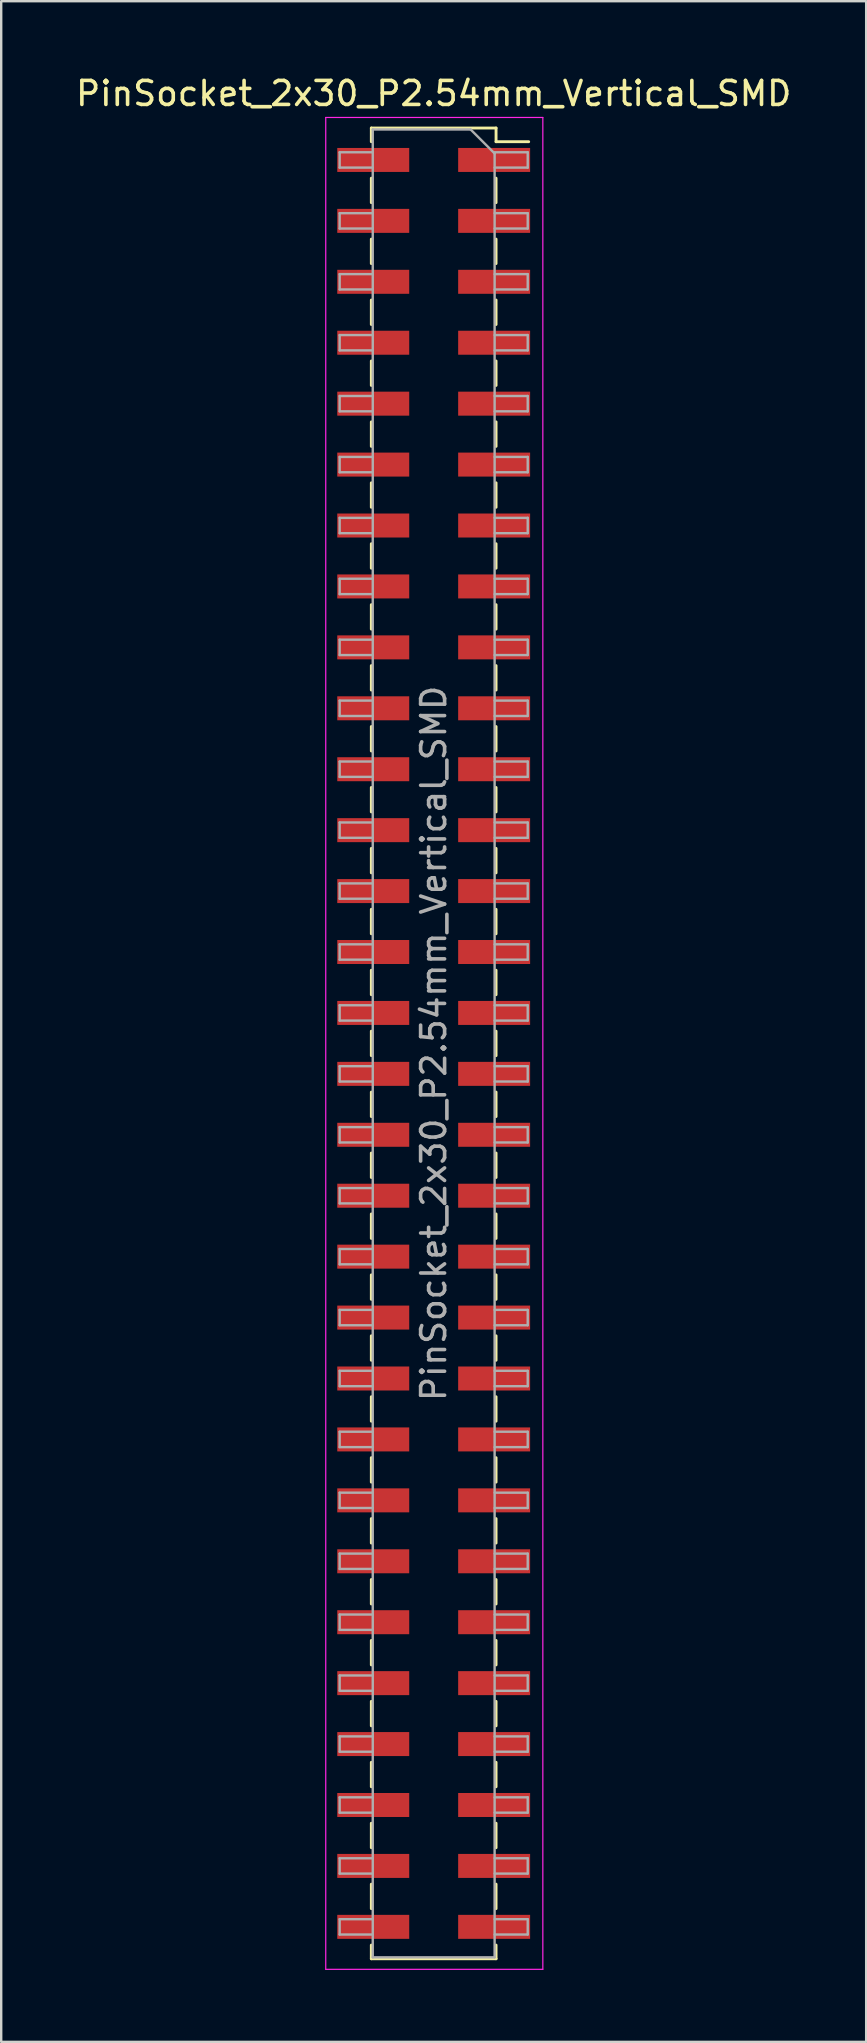
<source format=kicad_pcb>
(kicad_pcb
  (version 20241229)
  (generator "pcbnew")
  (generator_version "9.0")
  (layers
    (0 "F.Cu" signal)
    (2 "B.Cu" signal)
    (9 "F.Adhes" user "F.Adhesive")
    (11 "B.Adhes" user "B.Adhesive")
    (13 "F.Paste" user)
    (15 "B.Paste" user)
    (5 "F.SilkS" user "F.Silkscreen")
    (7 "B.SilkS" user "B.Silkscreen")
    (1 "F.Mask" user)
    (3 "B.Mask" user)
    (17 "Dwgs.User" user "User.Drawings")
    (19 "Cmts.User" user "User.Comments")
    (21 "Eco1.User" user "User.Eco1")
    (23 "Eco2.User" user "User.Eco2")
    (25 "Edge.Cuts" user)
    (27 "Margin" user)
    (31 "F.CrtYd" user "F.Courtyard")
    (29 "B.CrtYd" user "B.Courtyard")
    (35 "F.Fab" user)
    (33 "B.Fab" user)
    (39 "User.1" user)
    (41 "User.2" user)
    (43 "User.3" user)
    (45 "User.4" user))
  (footprint "PinSocket_2x30_P2.54mm_Vertical_SMD"
    (layer "F.Cu")
    (at 15.03 40.448)
    (property "Reference" "PinSocket_2x30_P2.54mm_Vertical_SMD" (at 0 -39.6 0) (layer "F.SilkS") (effects (font (size 1 1) (thickness 0.15))))
    (attr smd)
    (fp_line (start -2.6 -38.16) (end -2.6 -37.59) (stroke (width 0.12) (type solid)) (layer "F.SilkS"))
    (fp_line (start -2.6 -38.16) (end 2.6 -38.16) (stroke (width 0.12) (type solid)) (layer "F.SilkS"))
    (fp_line (start -2.6 -36.07) (end -2.6 -35.05) (stroke (width 0.12) (type solid)) (layer "F.SilkS"))
    (fp_line (start -2.6 -33.53) (end -2.6 -32.51) (stroke (width 0.12) (type solid)) (layer "F.SilkS"))
    (fp_line (start -2.6 -30.99) (end -2.6 -29.97) (stroke (width 0.12) (type solid)) (layer "F.SilkS"))
    (fp_line (start -2.6 -28.45) (end -2.6 -27.43) (stroke (width 0.12) (type solid)) (layer "F.SilkS"))
    (fp_line (start -2.6 -25.91) (end -2.6 -24.89) (stroke (width 0.12) (type solid)) (layer "F.SilkS"))
    (fp_line (start -2.6 -23.37) (end -2.6 -22.35) (stroke (width 0.12) (type solid)) (layer "F.SilkS"))
    (fp_line (start -2.6 -20.83) (end -2.6 -19.81) (stroke (width 0.12) (type solid)) (layer "F.SilkS"))
    (fp_line (start -2.6 -18.29) (end -2.6 -17.27) (stroke (width 0.12) (type solid)) (layer "F.SilkS"))
    (fp_line (start -2.6 -15.75) (end -2.6 -14.73) (stroke (width 0.12) (type solid)) (layer "F.SilkS"))
    (fp_line (start -2.6 -13.21) (end -2.6 -12.19) (stroke (width 0.12) (type solid)) (layer "F.SilkS"))
    (fp_line (start -2.6 -10.67) (end -2.6 -9.65) (stroke (width 0.12) (type solid)) (layer "F.SilkS"))
    (fp_line (start -2.6 -8.13) (end -2.6 -7.11) (stroke (width 0.12) (type solid)) (layer "F.SilkS"))
    (fp_line (start -2.6 -5.59) (end -2.6 -4.57) (stroke (width 0.12) (type solid)) (layer "F.SilkS"))
    (fp_line (start -2.6 -3.05) (end -2.6 -2.03) (stroke (width 0.12) (type solid)) (layer "F.SilkS"))
    (fp_line (start -2.6 -0.51) (end -2.6 0.51) (stroke (width 0.12) (type solid)) (layer "F.SilkS"))
    (fp_line (start -2.6 2.03) (end -2.6 3.05) (stroke (width 0.12) (type solid)) (layer "F.SilkS"))
    (fp_line (start -2.6 4.57) (end -2.6 5.59) (stroke (width 0.12) (type solid)) (layer "F.SilkS"))
    (fp_line (start -2.6 7.11) (end -2.6 8.13) (stroke (width 0.12) (type solid)) (layer "F.SilkS"))
    (fp_line (start -2.6 9.65) (end -2.6 10.67) (stroke (width 0.12) (type solid)) (layer "F.SilkS"))
    (fp_line (start -2.6 12.19) (end -2.6 13.21) (stroke (width 0.12) (type solid)) (layer "F.SilkS"))
    (fp_line (start -2.6 14.73) (end -2.6 15.75) (stroke (width 0.12) (type solid)) (layer "F.SilkS"))
    (fp_line (start -2.6 17.27) (end -2.6 18.29) (stroke (width 0.12) (type solid)) (layer "F.SilkS"))
    (fp_line (start -2.6 19.81) (end -2.6 20.83) (stroke (width 0.12) (type solid)) (layer "F.SilkS"))
    (fp_line (start -2.6 22.35) (end -2.6 23.37) (stroke (width 0.12) (type solid)) (layer "F.SilkS"))
    (fp_line (start -2.6 24.89) (end -2.6 25.91) (stroke (width 0.12) (type solid)) (layer "F.SilkS"))
    (fp_line (start -2.6 27.43) (end -2.6 28.45) (stroke (width 0.12) (type solid)) (layer "F.SilkS"))
    (fp_line (start -2.6 29.97) (end -2.6 30.99) (stroke (width 0.12) (type solid)) (layer "F.SilkS"))
    (fp_line (start -2.6 32.51) (end -2.6 33.53) (stroke (width 0.12) (type solid)) (layer "F.SilkS"))
    (fp_line (start -2.6 35.05) (end -2.6 36.07) (stroke (width 0.12) (type solid)) (layer "F.SilkS"))
    (fp_line (start -2.6 37.59) (end -2.6 38.16) (stroke (width 0.12) (type solid)) (layer "F.SilkS"))
    (fp_line (start -2.6 38.16) (end 2.6 38.16) (stroke (width 0.12) (type solid)) (layer "F.SilkS"))
    (fp_line (start 2.6 -38.16) (end 2.6 -37.59) (stroke (width 0.12) (type solid)) (layer "F.SilkS"))
    (fp_line (start 2.6 -37.59) (end 3.96 -37.59) (stroke (width 0.12) (type solid)) (layer "F.SilkS"))
    (fp_line (start 2.6 -36.07) (end 2.6 -35.05) (stroke (width 0.12) (type solid)) (layer "F.SilkS"))
    (fp_line (start 2.6 -33.53) (end 2.6 -32.51) (stroke (width 0.12) (type solid)) (layer "F.SilkS"))
    (fp_line (start 2.6 -30.99) (end 2.6 -29.97) (stroke (width 0.12) (type solid)) (layer "F.SilkS"))
    (fp_line (start 2.6 -28.45) (end 2.6 -27.43) (stroke (width 0.12) (type solid)) (layer "F.SilkS"))
    (fp_line (start 2.6 -25.91) (end 2.6 -24.89) (stroke (width 0.12) (type solid)) (layer "F.SilkS"))
    (fp_line (start 2.6 -23.37) (end 2.6 -22.35) (stroke (width 0.12) (type solid)) (layer "F.SilkS"))
    (fp_line (start 2.6 -20.83) (end 2.6 -19.81) (stroke (width 0.12) (type solid)) (layer "F.SilkS"))
    (fp_line (start 2.6 -18.29) (end 2.6 -17.27) (stroke (width 0.12) (type solid)) (layer "F.SilkS"))
    (fp_line (start 2.6 -15.75) (end 2.6 -14.73) (stroke (width 0.12) (type solid)) (layer "F.SilkS"))
    (fp_line (start 2.6 -13.21) (end 2.6 -12.19) (stroke (width 0.12) (type solid)) (layer "F.SilkS"))
    (fp_line (start 2.6 -10.67) (end 2.6 -9.65) (stroke (width 0.12) (type solid)) (layer "F.SilkS"))
    (fp_line (start 2.6 -8.13) (end 2.6 -7.11) (stroke (width 0.12) (type solid)) (layer "F.SilkS"))
    (fp_line (start 2.6 -5.59) (end 2.6 -4.57) (stroke (width 0.12) (type solid)) (layer "F.SilkS"))
    (fp_line (start 2.6 -3.05) (end 2.6 -2.03) (stroke (width 0.12) (type solid)) (layer "F.SilkS"))
    (fp_line (start 2.6 -0.51) (end 2.6 0.51) (stroke (width 0.12) (type solid)) (layer "F.SilkS"))
    (fp_line (start 2.6 2.03) (end 2.6 3.05) (stroke (width 0.12) (type solid)) (layer "F.SilkS"))
    (fp_line (start 2.6 4.57) (end 2.6 5.59) (stroke (width 0.12) (type solid)) (layer "F.SilkS"))
    (fp_line (start 2.6 7.11) (end 2.6 8.13) (stroke (width 0.12) (type solid)) (layer "F.SilkS"))
    (fp_line (start 2.6 9.65) (end 2.6 10.67) (stroke (width 0.12) (type solid)) (layer "F.SilkS"))
    (fp_line (start 2.6 12.19) (end 2.6 13.21) (stroke (width 0.12) (type solid)) (layer "F.SilkS"))
    (fp_line (start 2.6 14.73) (end 2.6 15.75) (stroke (width 0.12) (type solid)) (layer "F.SilkS"))
    (fp_line (start 2.6 17.27) (end 2.6 18.29) (stroke (width 0.12) (type solid)) (layer "F.SilkS"))
    (fp_line (start 2.6 19.81) (end 2.6 20.83) (stroke (width 0.12) (type solid)) (layer "F.SilkS"))
    (fp_line (start 2.6 22.35) (end 2.6 23.37) (stroke (width 0.12) (type solid)) (layer "F.SilkS"))
    (fp_line (start 2.6 24.89) (end 2.6 25.91) (stroke (width 0.12) (type solid)) (layer "F.SilkS"))
    (fp_line (start 2.6 27.43) (end 2.6 28.45) (stroke (width 0.12) (type solid)) (layer "F.SilkS"))
    (fp_line (start 2.6 29.97) (end 2.6 30.99) (stroke (width 0.12) (type solid)) (layer "F.SilkS"))
    (fp_line (start 2.6 32.51) (end 2.6 33.53) (stroke (width 0.12) (type solid)) (layer "F.SilkS"))
    (fp_line (start 2.6 35.05) (end 2.6 36.07) (stroke (width 0.12) (type solid)) (layer "F.SilkS"))
    (fp_line (start 2.6 37.59) (end 2.6 38.16) (stroke (width 0.12) (type solid)) (layer "F.SilkS"))
    (fp_line (start -4.5 -38.6) (end 4.55 -38.6) (stroke (width 0.05) (type solid)) (layer "F.CrtYd"))
    (fp_line (start -4.5 38.6) (end -4.5 -38.6) (stroke (width 0.05) (type solid)) (layer "F.CrtYd"))
    (fp_line (start 4.55 -38.6) (end 4.55 38.6) (stroke (width 0.05) (type solid)) (layer "F.CrtYd"))
    (fp_line (start 4.55 38.6) (end -4.5 38.6) (stroke (width 0.05) (type solid)) (layer "F.CrtYd"))
    (fp_line (start -3.92 -37.15) (end -2.54 -37.15) (stroke (width 0.1) (type solid)) (layer "F.Fab"))
    (fp_line (start -3.92 -36.51) (end -3.92 -37.15) (stroke (width 0.1) (type solid)) (layer "F.Fab"))
    (fp_line (start -3.92 -34.61) (end -2.54 -34.61) (stroke (width 0.1) (type solid)) (layer "F.Fab"))
    (fp_line (start -3.92 -33.97) (end -3.92 -34.61) (stroke (width 0.1) (type solid)) (layer "F.Fab"))
    (fp_line (start -3.92 -32.07) (end -2.54 -32.07) (stroke (width 0.1) (type solid)) (layer "F.Fab"))
    (fp_line (start -3.92 -31.43) (end -3.92 -32.07) (stroke (width 0.1) (type solid)) (layer "F.Fab"))
    (fp_line (start -3.92 -29.53) (end -2.54 -29.53) (stroke (width 0.1) (type solid)) (layer "F.Fab"))
    (fp_line (start -3.92 -28.89) (end -3.92 -29.53) (stroke (width 0.1) (type solid)) (layer "F.Fab"))
    (fp_line (start -3.92 -26.99) (end -2.54 -26.99) (stroke (width 0.1) (type solid)) (layer "F.Fab"))
    (fp_line (start -3.92 -26.35) (end -3.92 -26.99) (stroke (width 0.1) (type solid)) (layer "F.Fab"))
    (fp_line (start -3.92 -24.45) (end -2.54 -24.45) (stroke (width 0.1) (type solid)) (layer "F.Fab"))
    (fp_line (start -3.92 -23.81) (end -3.92 -24.45) (stroke (width 0.1) (type solid)) (layer "F.Fab"))
    (fp_line (start -3.92 -21.91) (end -2.54 -21.91) (stroke (width 0.1) (type solid)) (layer "F.Fab"))
    (fp_line (start -3.92 -21.27) (end -3.92 -21.91) (stroke (width 0.1) (type solid)) (layer "F.Fab"))
    (fp_line (start -3.92 -19.37) (end -2.54 -19.37) (stroke (width 0.1) (type solid)) (layer "F.Fab"))
    (fp_line (start -3.92 -18.73) (end -3.92 -19.37) (stroke (width 0.1) (type solid)) (layer "F.Fab"))
    (fp_line (start -3.92 -16.83) (end -2.54 -16.83) (stroke (width 0.1) (type solid)) (layer "F.Fab"))
    (fp_line (start -3.92 -16.19) (end -3.92 -16.83) (stroke (width 0.1) (type solid)) (layer "F.Fab"))
    (fp_line (start -3.92 -14.29) (end -2.54 -14.29) (stroke (width 0.1) (type solid)) (layer "F.Fab"))
    (fp_line (start -3.92 -13.65) (end -3.92 -14.29) (stroke (width 0.1) (type solid)) (layer "F.Fab"))
    (fp_line (start -3.92 -11.75) (end -2.54 -11.75) (stroke (width 0.1) (type solid)) (layer "F.Fab"))
    (fp_line (start -3.92 -11.11) (end -3.92 -11.75) (stroke (width 0.1) (type solid)) (layer "F.Fab"))
    (fp_line (start -3.92 -9.21) (end -2.54 -9.21) (stroke (width 0.1) (type solid)) (layer "F.Fab"))
    (fp_line (start -3.92 -8.57) (end -3.92 -9.21) (stroke (width 0.1) (type solid)) (layer "F.Fab"))
    (fp_line (start -3.92 -6.67) (end -2.54 -6.67) (stroke (width 0.1) (type solid)) (layer "F.Fab"))
    (fp_line (start -3.92 -6.03) (end -3.92 -6.67) (stroke (width 0.1) (type solid)) (layer "F.Fab"))
    (fp_line (start -3.92 -4.13) (end -2.54 -4.13) (stroke (width 0.1) (type solid)) (layer "F.Fab"))
    (fp_line (start -3.92 -3.49) (end -3.92 -4.13) (stroke (width 0.1) (type solid)) (layer "F.Fab"))
    (fp_line (start -3.92 -1.59) (end -2.54 -1.59) (stroke (width 0.1) (type solid)) (layer "F.Fab"))
    (fp_line (start -3.92 -0.95) (end -3.92 -1.59) (stroke (width 0.1) (type solid)) (layer "F.Fab"))
    (fp_line (start -3.92 0.95) (end -2.54 0.95) (stroke (width 0.1) (type solid)) (layer "F.Fab"))
    (fp_line (start -3.92 1.59) (end -3.92 0.95) (stroke (width 0.1) (type solid)) (layer "F.Fab"))
    (fp_line (start -3.92 3.49) (end -2.54 3.49) (stroke (width 0.1) (type solid)) (layer "F.Fab"))
    (fp_line (start -3.92 4.13) (end -3.92 3.49) (stroke (width 0.1) (type solid)) (layer "F.Fab"))
    (fp_line (start -3.92 6.03) (end -2.54 6.03) (stroke (width 0.1) (type solid)) (layer "F.Fab"))
    (fp_line (start -3.92 6.67) (end -3.92 6.03) (stroke (width 0.1) (type solid)) (layer "F.Fab"))
    (fp_line (start -3.92 8.57) (end -2.54 8.57) (stroke (width 0.1) (type solid)) (layer "F.Fab"))
    (fp_line (start -3.92 9.21) (end -3.92 8.57) (stroke (width 0.1) (type solid)) (layer "F.Fab"))
    (fp_line (start -3.92 11.11) (end -2.54 11.11) (stroke (width 0.1) (type solid)) (layer "F.Fab"))
    (fp_line (start -3.92 11.75) (end -3.92 11.11) (stroke (width 0.1) (type solid)) (layer "F.Fab"))
    (fp_line (start -3.92 13.65) (end -2.54 13.65) (stroke (width 0.1) (type solid)) (layer "F.Fab"))
    (fp_line (start -3.92 14.29) (end -3.92 13.65) (stroke (width 0.1) (type solid)) (layer "F.Fab"))
    (fp_line (start -3.92 16.19) (end -2.54 16.19) (stroke (width 0.1) (type solid)) (layer "F.Fab"))
    (fp_line (start -3.92 16.83) (end -3.92 16.19) (stroke (width 0.1) (type solid)) (layer "F.Fab"))
    (fp_line (start -3.92 18.73) (end -2.54 18.73) (stroke (width 0.1) (type solid)) (layer "F.Fab"))
    (fp_line (start -3.92 19.37) (end -3.92 18.73) (stroke (width 0.1) (type solid)) (layer "F.Fab"))
    (fp_line (start -3.92 21.27) (end -2.54 21.27) (stroke (width 0.1) (type solid)) (layer "F.Fab"))
    (fp_line (start -3.92 21.91) (end -3.92 21.27) (stroke (width 0.1) (type solid)) (layer "F.Fab"))
    (fp_line (start -3.92 23.81) (end -2.54 23.81) (stroke (width 0.1) (type solid)) (layer "F.Fab"))
    (fp_line (start -3.92 24.45) (end -3.92 23.81) (stroke (width 0.1) (type solid)) (layer "F.Fab"))
    (fp_line (start -3.92 26.35) (end -2.54 26.35) (stroke (width 0.1) (type solid)) (layer "F.Fab"))
    (fp_line (start -3.92 26.99) (end -3.92 26.35) (stroke (width 0.1) (type solid)) (layer "F.Fab"))
    (fp_line (start -3.92 28.89) (end -2.54 28.89) (stroke (width 0.1) (type solid)) (layer "F.Fab"))
    (fp_line (start -3.92 29.53) (end -3.92 28.89) (stroke (width 0.1) (type solid)) (layer "F.Fab"))
    (fp_line (start -3.92 31.43) (end -2.54 31.43) (stroke (width 0.1) (type solid)) (layer "F.Fab"))
    (fp_line (start -3.92 32.07) (end -3.92 31.43) (stroke (width 0.1) (type solid)) (layer "F.Fab"))
    (fp_line (start -3.92 33.97) (end -2.54 33.97) (stroke (width 0.1) (type solid)) (layer "F.Fab"))
    (fp_line (start -3.92 34.61) (end -3.92 33.97) (stroke (width 0.1) (type solid)) (layer "F.Fab"))
    (fp_line (start -3.92 36.51) (end -2.54 36.51) (stroke (width 0.1) (type solid)) (layer "F.Fab"))
    (fp_line (start -3.92 37.15) (end -3.92 36.51) (stroke (width 0.1) (type solid)) (layer "F.Fab"))
    (fp_line (start -2.54 -38.1) (end 1.54 -38.1) (stroke (width 0.1) (type solid)) (layer "F.Fab"))
    (fp_line (start -2.54 -36.51) (end -3.92 -36.51) (stroke (width 0.1) (type solid)) (layer "F.Fab"))
    (fp_line (start -2.54 -33.97) (end -3.92 -33.97) (stroke (width 0.1) (type solid)) (layer "F.Fab"))
    (fp_line (start -2.54 -31.43) (end -3.92 -31.43) (stroke (width 0.1) (type solid)) (layer "F.Fab"))
    (fp_line (start -2.54 -28.89) (end -3.92 -28.89) (stroke (width 0.1) (type solid)) (layer "F.Fab"))
    (fp_line (start -2.54 -26.35) (end -3.92 -26.35) (stroke (width 0.1) (type solid)) (layer "F.Fab"))
    (fp_line (start -2.54 -23.81) (end -3.92 -23.81) (stroke (width 0.1) (type solid)) (layer "F.Fab"))
    (fp_line (start -2.54 -21.27) (end -3.92 -21.27) (stroke (width 0.1) (type solid)) (layer "F.Fab"))
    (fp_line (start -2.54 -18.73) (end -3.92 -18.73) (stroke (width 0.1) (type solid)) (layer "F.Fab"))
    (fp_line (start -2.54 -16.19) (end -3.92 -16.19) (stroke (width 0.1) (type solid)) (layer "F.Fab"))
    (fp_line (start -2.54 -13.65) (end -3.92 -13.65) (stroke (width 0.1) (type solid)) (layer "F.Fab"))
    (fp_line (start -2.54 -11.11) (end -3.92 -11.11) (stroke (width 0.1) (type solid)) (layer "F.Fab"))
    (fp_line (start -2.54 -8.57) (end -3.92 -8.57) (stroke (width 0.1) (type solid)) (layer "F.Fab"))
    (fp_line (start -2.54 -6.03) (end -3.92 -6.03) (stroke (width 0.1) (type solid)) (layer "F.Fab"))
    (fp_line (start -2.54 -3.49) (end -3.92 -3.49) (stroke (width 0.1) (type solid)) (layer "F.Fab"))
    (fp_line (start -2.54 -0.95) (end -3.92 -0.95) (stroke (width 0.1) (type solid)) (layer "F.Fab"))
    (fp_line (start -2.54 1.59) (end -3.92 1.59) (stroke (width 0.1) (type solid)) (layer "F.Fab"))
    (fp_line (start -2.54 4.13) (end -3.92 4.13) (stroke (width 0.1) (type solid)) (layer "F.Fab"))
    (fp_line (start -2.54 6.67) (end -3.92 6.67) (stroke (width 0.1) (type solid)) (layer "F.Fab"))
    (fp_line (start -2.54 9.21) (end -3.92 9.21) (stroke (width 0.1) (type solid)) (layer "F.Fab"))
    (fp_line (start -2.54 11.75) (end -3.92 11.75) (stroke (width 0.1) (type solid)) (layer "F.Fab"))
    (fp_line (start -2.54 14.29) (end -3.92 14.29) (stroke (width 0.1) (type solid)) (layer "F.Fab"))
    (fp_line (start -2.54 16.83) (end -3.92 16.83) (stroke (width 0.1) (type solid)) (layer "F.Fab"))
    (fp_line (start -2.54 19.37) (end -3.92 19.37) (stroke (width 0.1) (type solid)) (layer "F.Fab"))
    (fp_line (start -2.54 21.91) (end -3.92 21.91) (stroke (width 0.1) (type solid)) (layer "F.Fab"))
    (fp_line (start -2.54 24.45) (end -3.92 24.45) (stroke (width 0.1) (type solid)) (layer "F.Fab"))
    (fp_line (start -2.54 26.99) (end -3.92 26.99) (stroke (width 0.1) (type solid)) (layer "F.Fab"))
    (fp_line (start -2.54 29.53) (end -3.92 29.53) (stroke (width 0.1) (type solid)) (layer "F.Fab"))
    (fp_line (start -2.54 32.07) (end -3.92 32.07) (stroke (width 0.1) (type solid)) (layer "F.Fab"))
    (fp_line (start -2.54 34.61) (end -3.92 34.61) (stroke (width 0.1) (type solid)) (layer "F.Fab"))
    (fp_line (start -2.54 37.15) (end -3.92 37.15) (stroke (width 0.1) (type solid)) (layer "F.Fab"))
    (fp_line (start -2.54 38.1) (end -2.54 -38.1) (stroke (width 0.1) (type solid)) (layer "F.Fab"))
    (fp_line (start 1.54 -38.1) (end 2.54 -37.1) (stroke (width 0.1) (type solid)) (layer "F.Fab"))
    (fp_line (start 2.54 -37.15) (end 3.92 -37.15) (stroke (width 0.1) (type solid)) (layer "F.Fab"))
    (fp_line (start 2.54 -37.1) (end 2.54 38.1) (stroke (width 0.1) (type solid)) (layer "F.Fab"))
    (fp_line (start 2.54 -34.61) (end 3.92 -34.61) (stroke (width 0.1) (type solid)) (layer "F.Fab"))
    (fp_line (start 2.54 -32.07) (end 3.92 -32.07) (stroke (width 0.1) (type solid)) (layer "F.Fab"))
    (fp_line (start 2.54 -29.53) (end 3.92 -29.53) (stroke (width 0.1) (type solid)) (layer "F.Fab"))
    (fp_line (start 2.54 -26.99) (end 3.92 -26.99) (stroke (width 0.1) (type solid)) (layer "F.Fab"))
    (fp_line (start 2.54 -24.45) (end 3.92 -24.45) (stroke (width 0.1) (type solid)) (layer "F.Fab"))
    (fp_line (start 2.54 -21.91) (end 3.92 -21.91) (stroke (width 0.1) (type solid)) (layer "F.Fab"))
    (fp_line (start 2.54 -19.37) (end 3.92 -19.37) (stroke (width 0.1) (type solid)) (layer "F.Fab"))
    (fp_line (start 2.54 -16.83) (end 3.92 -16.83) (stroke (width 0.1) (type solid)) (layer "F.Fab"))
    (fp_line (start 2.54 -14.29) (end 3.92 -14.29) (stroke (width 0.1) (type solid)) (layer "F.Fab"))
    (fp_line (start 2.54 -11.75) (end 3.92 -11.75) (stroke (width 0.1) (type solid)) (layer "F.Fab"))
    (fp_line (start 2.54 -9.21) (end 3.92 -9.21) (stroke (width 0.1) (type solid)) (layer "F.Fab"))
    (fp_line (start 2.54 -6.67) (end 3.92 -6.67) (stroke (width 0.1) (type solid)) (layer "F.Fab"))
    (fp_line (start 2.54 -4.13) (end 3.92 -4.13) (stroke (width 0.1) (type solid)) (layer "F.Fab"))
    (fp_line (start 2.54 -1.59) (end 3.92 -1.59) (stroke (width 0.1) (type solid)) (layer "F.Fab"))
    (fp_line (start 2.54 0.95) (end 3.92 0.95) (stroke (width 0.1) (type solid)) (layer "F.Fab"))
    (fp_line (start 2.54 3.49) (end 3.92 3.49) (stroke (width 0.1) (type solid)) (layer "F.Fab"))
    (fp_line (start 2.54 6.03) (end 3.92 6.03) (stroke (width 0.1) (type solid)) (layer "F.Fab"))
    (fp_line (start 2.54 8.57) (end 3.92 8.57) (stroke (width 0.1) (type solid)) (layer "F.Fab"))
    (fp_line (start 2.54 11.11) (end 3.92 11.11) (stroke (width 0.1) (type solid)) (layer "F.Fab"))
    (fp_line (start 2.54 13.65) (end 3.92 13.65) (stroke (width 0.1) (type solid)) (layer "F.Fab"))
    (fp_line (start 2.54 16.19) (end 3.92 16.19) (stroke (width 0.1) (type solid)) (layer "F.Fab"))
    (fp_line (start 2.54 18.73) (end 3.92 18.73) (stroke (width 0.1) (type solid)) (layer "F.Fab"))
    (fp_line (start 2.54 21.27) (end 3.92 21.27) (stroke (width 0.1) (type solid)) (layer "F.Fab"))
    (fp_line (start 2.54 23.81) (end 3.92 23.81) (stroke (width 0.1) (type solid)) (layer "F.Fab"))
    (fp_line (start 2.54 26.35) (end 3.92 26.35) (stroke (width 0.1) (type solid)) (layer "F.Fab"))
    (fp_line (start 2.54 28.89) (end 3.92 28.89) (stroke (width 0.1) (type solid)) (layer "F.Fab"))
    (fp_line (start 2.54 31.43) (end 3.92 31.43) (stroke (width 0.1) (type solid)) (layer "F.Fab"))
    (fp_line (start 2.54 33.97) (end 3.92 33.97) (stroke (width 0.1) (type solid)) (layer "F.Fab"))
    (fp_line (start 2.54 36.51) (end 3.92 36.51) (stroke (width 0.1) (type solid)) (layer "F.Fab"))
    (fp_line (start 2.54 38.1) (end -2.54 38.1) (stroke (width 0.1) (type solid)) (layer "F.Fab"))
    (fp_line (start 3.92 -37.15) (end 3.92 -36.51) (stroke (width 0.1) (type solid)) (layer "F.Fab"))
    (fp_line (start 3.92 -36.51) (end 2.54 -36.51) (stroke (width 0.1) (type solid)) (layer "F.Fab"))
    (fp_line (start 3.92 -34.61) (end 3.92 -33.97) (stroke (width 0.1) (type solid)) (layer "F.Fab"))
    (fp_line (start 3.92 -33.97) (end 2.54 -33.97) (stroke (width 0.1) (type solid)) (layer "F.Fab"))
    (fp_line (start 3.92 -32.07) (end 3.92 -31.43) (stroke (width 0.1) (type solid)) (layer "F.Fab"))
    (fp_line (start 3.92 -31.43) (end 2.54 -31.43) (stroke (width 0.1) (type solid)) (layer "F.Fab"))
    (fp_line (start 3.92 -29.53) (end 3.92 -28.89) (stroke (width 0.1) (type solid)) (layer "F.Fab"))
    (fp_line (start 3.92 -28.89) (end 2.54 -28.89) (stroke (width 0.1) (type solid)) (layer "F.Fab"))
    (fp_line (start 3.92 -26.99) (end 3.92 -26.35) (stroke (width 0.1) (type solid)) (layer "F.Fab"))
    (fp_line (start 3.92 -26.35) (end 2.54 -26.35) (stroke (width 0.1) (type solid)) (layer "F.Fab"))
    (fp_line (start 3.92 -24.45) (end 3.92 -23.81) (stroke (width 0.1) (type solid)) (layer "F.Fab"))
    (fp_line (start 3.92 -23.81) (end 2.54 -23.81) (stroke (width 0.1) (type solid)) (layer "F.Fab"))
    (fp_line (start 3.92 -21.91) (end 3.92 -21.27) (stroke (width 0.1) (type solid)) (layer "F.Fab"))
    (fp_line (start 3.92 -21.27) (end 2.54 -21.27) (stroke (width 0.1) (type solid)) (layer "F.Fab"))
    (fp_line (start 3.92 -19.37) (end 3.92 -18.73) (stroke (width 0.1) (type solid)) (layer "F.Fab"))
    (fp_line (start 3.92 -18.73) (end 2.54 -18.73) (stroke (width 0.1) (type solid)) (layer "F.Fab"))
    (fp_line (start 3.92 -16.83) (end 3.92 -16.19) (stroke (width 0.1) (type solid)) (layer "F.Fab"))
    (fp_line (start 3.92 -16.19) (end 2.54 -16.19) (stroke (width 0.1) (type solid)) (layer "F.Fab"))
    (fp_line (start 3.92 -14.29) (end 3.92 -13.65) (stroke (width 0.1) (type solid)) (layer "F.Fab"))
    (fp_line (start 3.92 -13.65) (end 2.54 -13.65) (stroke (width 0.1) (type solid)) (layer "F.Fab"))
    (fp_line (start 3.92 -11.75) (end 3.92 -11.11) (stroke (width 0.1) (type solid)) (layer "F.Fab"))
    (fp_line (start 3.92 -11.11) (end 2.54 -11.11) (stroke (width 0.1) (type solid)) (layer "F.Fab"))
    (fp_line (start 3.92 -9.21) (end 3.92 -8.57) (stroke (width 0.1) (type solid)) (layer "F.Fab"))
    (fp_line (start 3.92 -8.57) (end 2.54 -8.57) (stroke (width 0.1) (type solid)) (layer "F.Fab"))
    (fp_line (start 3.92 -6.67) (end 3.92 -6.03) (stroke (width 0.1) (type solid)) (layer "F.Fab"))
    (fp_line (start 3.92 -6.03) (end 2.54 -6.03) (stroke (width 0.1) (type solid)) (layer "F.Fab"))
    (fp_line (start 3.92 -4.13) (end 3.92 -3.49) (stroke (width 0.1) (type solid)) (layer "F.Fab"))
    (fp_line (start 3.92 -3.49) (end 2.54 -3.49) (stroke (width 0.1) (type solid)) (layer "F.Fab"))
    (fp_line (start 3.92 -1.59) (end 3.92 -0.95) (stroke (width 0.1) (type solid)) (layer "F.Fab"))
    (fp_line (start 3.92 -0.95) (end 2.54 -0.95) (stroke (width 0.1) (type solid)) (layer "F.Fab"))
    (fp_line (start 3.92 0.95) (end 3.92 1.59) (stroke (width 0.1) (type solid)) (layer "F.Fab"))
    (fp_line (start 3.92 1.59) (end 2.54 1.59) (stroke (width 0.1) (type solid)) (layer "F.Fab"))
    (fp_line (start 3.92 3.49) (end 3.92 4.13) (stroke (width 0.1) (type solid)) (layer "F.Fab"))
    (fp_line (start 3.92 4.13) (end 2.54 4.13) (stroke (width 0.1) (type solid)) (layer "F.Fab"))
    (fp_line (start 3.92 6.03) (end 3.92 6.67) (stroke (width 0.1) (type solid)) (layer "F.Fab"))
    (fp_line (start 3.92 6.67) (end 2.54 6.67) (stroke (width 0.1) (type solid)) (layer "F.Fab"))
    (fp_line (start 3.92 8.57) (end 3.92 9.21) (stroke (width 0.1) (type solid)) (layer "F.Fab"))
    (fp_line (start 3.92 9.21) (end 2.54 9.21) (stroke (width 0.1) (type solid)) (layer "F.Fab"))
    (fp_line (start 3.92 11.11) (end 3.92 11.75) (stroke (width 0.1) (type solid)) (layer "F.Fab"))
    (fp_line (start 3.92 11.75) (end 2.54 11.75) (stroke (width 0.1) (type solid)) (layer "F.Fab"))
    (fp_line (start 3.92 13.65) (end 3.92 14.29) (stroke (width 0.1) (type solid)) (layer "F.Fab"))
    (fp_line (start 3.92 14.29) (end 2.54 14.29) (stroke (width 0.1) (type solid)) (layer "F.Fab"))
    (fp_line (start 3.92 16.19) (end 3.92 16.83) (stroke (width 0.1) (type solid)) (layer "F.Fab"))
    (fp_line (start 3.92 16.83) (end 2.54 16.83) (stroke (width 0.1) (type solid)) (layer "F.Fab"))
    (fp_line (start 3.92 18.73) (end 3.92 19.37) (stroke (width 0.1) (type solid)) (layer "F.Fab"))
    (fp_line (start 3.92 19.37) (end 2.54 19.37) (stroke (width 0.1) (type solid)) (layer "F.Fab"))
    (fp_line (start 3.92 21.27) (end 3.92 21.91) (stroke (width 0.1) (type solid)) (layer "F.Fab"))
    (fp_line (start 3.92 21.91) (end 2.54 21.91) (stroke (width 0.1) (type solid)) (layer "F.Fab"))
    (fp_line (start 3.92 23.81) (end 3.92 24.45) (stroke (width 0.1) (type solid)) (layer "F.Fab"))
    (fp_line (start 3.92 24.45) (end 2.54 24.45) (stroke (width 0.1) (type solid)) (layer "F.Fab"))
    (fp_line (start 3.92 26.35) (end 3.92 26.99) (stroke (width 0.1) (type solid)) (layer "F.Fab"))
    (fp_line (start 3.92 26.99) (end 2.54 26.99) (stroke (width 0.1) (type solid)) (layer "F.Fab"))
    (fp_line (start 3.92 28.89) (end 3.92 29.53) (stroke (width 0.1) (type solid)) (layer "F.Fab"))
    (fp_line (start 3.92 29.53) (end 2.54 29.53) (stroke (width 0.1) (type solid)) (layer "F.Fab"))
    (fp_line (start 3.92 31.43) (end 3.92 32.07) (stroke (width 0.1) (type solid)) (layer "F.Fab"))
    (fp_line (start 3.92 32.07) (end 2.54 32.07) (stroke (width 0.1) (type solid)) (layer "F.Fab"))
    (fp_line (start 3.92 33.97) (end 3.92 34.61) (stroke (width 0.1) (type solid)) (layer "F.Fab"))
    (fp_line (start 3.92 34.61) (end 2.54 34.61) (stroke (width 0.1) (type solid)) (layer "F.Fab"))
    (fp_line (start 3.92 36.51) (end 3.92 37.15) (stroke (width 0.1) (type solid)) (layer "F.Fab"))
    (fp_line (start 3.92 37.15) (end 2.54 37.15) (stroke (width 0.1) (type solid)) (layer "F.Fab"))
    (fp_text user "${REFERENCE}" (at 0 0 90) (layer "F.Fab") (effects (font (size 1 1) (thickness 0.15))))
    (pad "1" smd rect (at 2.52 -36.83) (size 3 1) (layers "F.Cu" "F.Mask" "F.Paste"))
    (pad "2" smd rect (at -2.52 -36.83) (size 3 1) (layers "F.Cu" "F.Mask" "F.Paste"))
    (pad "3" smd rect (at 2.52 -34.29) (size 3 1) (layers "F.Cu" "F.Mask" "F.Paste"))
    (pad "4" smd rect (at -2.52 -34.29) (size 3 1) (layers "F.Cu" "F.Mask" "F.Paste"))
    (pad "5" smd rect (at 2.52 -31.75) (size 3 1) (layers "F.Cu" "F.Mask" "F.Paste"))
    (pad "6" smd rect (at -2.52 -31.75) (size 3 1) (layers "F.Cu" "F.Mask" "F.Paste"))
    (pad "7" smd rect (at 2.52 -29.21) (size 3 1) (layers "F.Cu" "F.Mask" "F.Paste"))
    (pad "8" smd rect (at -2.52 -29.21) (size 3 1) (layers "F.Cu" "F.Mask" "F.Paste"))
    (pad "9" smd rect (at 2.52 -26.67) (size 3 1) (layers "F.Cu" "F.Mask" "F.Paste"))
    (pad "10" smd rect (at -2.52 -26.67) (size 3 1) (layers "F.Cu" "F.Mask" "F.Paste"))
    (pad "11" smd rect (at 2.52 -24.13) (size 3 1) (layers "F.Cu" "F.Mask" "F.Paste"))
    (pad "12" smd rect (at -2.52 -24.13) (size 3 1) (layers "F.Cu" "F.Mask" "F.Paste"))
    (pad "13" smd rect (at 2.52 -21.59) (size 3 1) (layers "F.Cu" "F.Mask" "F.Paste"))
    (pad "14" smd rect (at -2.52 -21.59) (size 3 1) (layers "F.Cu" "F.Mask" "F.Paste"))
    (pad "15" smd rect (at 2.52 -19.05) (size 3 1) (layers "F.Cu" "F.Mask" "F.Paste"))
    (pad "16" smd rect (at -2.52 -19.05) (size 3 1) (layers "F.Cu" "F.Mask" "F.Paste"))
    (pad "17" smd rect (at 2.52 -16.51) (size 3 1) (layers "F.Cu" "F.Mask" "F.Paste"))
    (pad "18" smd rect (at -2.52 -16.51) (size 3 1) (layers "F.Cu" "F.Mask" "F.Paste"))
    (pad "19" smd rect (at 2.52 -13.97) (size 3 1) (layers "F.Cu" "F.Mask" "F.Paste"))
    (pad "20" smd rect (at -2.52 -13.97) (size 3 1) (layers "F.Cu" "F.Mask" "F.Paste"))
    (pad "21" smd rect (at 2.52 -11.43) (size 3 1) (layers "F.Cu" "F.Mask" "F.Paste"))
    (pad "22" smd rect (at -2.52 -11.43) (size 3 1) (layers "F.Cu" "F.Mask" "F.Paste"))
    (pad "23" smd rect (at 2.52 -8.89) (size 3 1) (layers "F.Cu" "F.Mask" "F.Paste"))
    (pad "24" smd rect (at -2.52 -8.89) (size 3 1) (layers "F.Cu" "F.Mask" "F.Paste"))
    (pad "25" smd rect (at 2.52 -6.35) (size 3 1) (layers "F.Cu" "F.Mask" "F.Paste"))
    (pad "26" smd rect (at -2.52 -6.35) (size 3 1) (layers "F.Cu" "F.Mask" "F.Paste"))
    (pad "27" smd rect (at 2.52 -3.81) (size 3 1) (layers "F.Cu" "F.Mask" "F.Paste"))
    (pad "28" smd rect (at -2.52 -3.81) (size 3 1) (layers "F.Cu" "F.Mask" "F.Paste"))
    (pad "29" smd rect (at 2.52 -1.27) (size 3 1) (layers "F.Cu" "F.Mask" "F.Paste"))
    (pad "30" smd rect (at -2.52 -1.27) (size 3 1) (layers "F.Cu" "F.Mask" "F.Paste"))
    (pad "31" smd rect (at 2.52 1.27) (size 3 1) (layers "F.Cu" "F.Mask" "F.Paste"))
    (pad "32" smd rect (at -2.52 1.27) (size 3 1) (layers "F.Cu" "F.Mask" "F.Paste"))
    (pad "33" smd rect (at 2.52 3.81) (size 3 1) (layers "F.Cu" "F.Mask" "F.Paste"))
    (pad "34" smd rect (at -2.52 3.81) (size 3 1) (layers "F.Cu" "F.Mask" "F.Paste"))
    (pad "35" smd rect (at 2.52 6.35) (size 3 1) (layers "F.Cu" "F.Mask" "F.Paste"))
    (pad "36" smd rect (at -2.52 6.35) (size 3 1) (layers "F.Cu" "F.Mask" "F.Paste"))
    (pad "37" smd rect (at 2.52 8.89) (size 3 1) (layers "F.Cu" "F.Mask" "F.Paste"))
    (pad "38" smd rect (at -2.52 8.89) (size 3 1) (layers "F.Cu" "F.Mask" "F.Paste"))
    (pad "39" smd rect (at 2.52 11.43) (size 3 1) (layers "F.Cu" "F.Mask" "F.Paste"))
    (pad "40" smd rect (at -2.52 11.43) (size 3 1) (layers "F.Cu" "F.Mask" "F.Paste"))
    (pad "41" smd rect (at 2.52 13.97) (size 3 1) (layers "F.Cu" "F.Mask" "F.Paste"))
    (pad "42" smd rect (at -2.52 13.97) (size 3 1) (layers "F.Cu" "F.Mask" "F.Paste"))
    (pad "43" smd rect (at 2.52 16.51) (size 3 1) (layers "F.Cu" "F.Mask" "F.Paste"))
    (pad "44" smd rect (at -2.52 16.51) (size 3 1) (layers "F.Cu" "F.Mask" "F.Paste"))
    (pad "45" smd rect (at 2.52 19.05) (size 3 1) (layers "F.Cu" "F.Mask" "F.Paste"))
    (pad "46" smd rect (at -2.52 19.05) (size 3 1) (layers "F.Cu" "F.Mask" "F.Paste"))
    (pad "47" smd rect (at 2.52 21.59) (size 3 1) (layers "F.Cu" "F.Mask" "F.Paste"))
    (pad "48" smd rect (at -2.52 21.59) (size 3 1) (layers "F.Cu" "F.Mask" "F.Paste"))
    (pad "49" smd rect (at 2.52 24.13) (size 3 1) (layers "F.Cu" "F.Mask" "F.Paste"))
    (pad "50" smd rect (at -2.52 24.13) (size 3 1) (layers "F.Cu" "F.Mask" "F.Paste"))
    (pad "51" smd rect (at 2.52 26.67) (size 3 1) (layers "F.Cu" "F.Mask" "F.Paste"))
    (pad "52" smd rect (at -2.52 26.67) (size 3 1) (layers "F.Cu" "F.Mask" "F.Paste"))
    (pad "53" smd rect (at 2.52 29.21) (size 3 1) (layers "F.Cu" "F.Mask" "F.Paste"))
    (pad "54" smd rect (at -2.52 29.21) (size 3 1) (layers "F.Cu" "F.Mask" "F.Paste"))
    (pad "55" smd rect (at 2.52 31.75) (size 3 1) (layers "F.Cu" "F.Mask" "F.Paste"))
    (pad "56" smd rect (at -2.52 31.75) (size 3 1) (layers "F.Cu" "F.Mask" "F.Paste"))
    (pad "57" smd rect (at 2.52 34.29) (size 3 1) (layers "F.Cu" "F.Mask" "F.Paste"))
    (pad "58" smd rect (at -2.52 34.29) (size 3 1) (layers "F.Cu" "F.Mask" "F.Paste"))
    (pad "59" smd rect (at 2.52 36.83) (size 3 1) (layers "F.Cu" "F.Mask" "F.Paste"))
    (pad "60" smd rect (at -2.52 36.83) (size 3 1) (layers "F.Cu" "F.Mask" "F.Paste")))
  (gr_rect
    (start -3 -3)
    (end 33.06 82.073)
    (stroke (width 0.1) (type default))
    (fill no)
    (layer "Edge.Cuts")))
</source>
